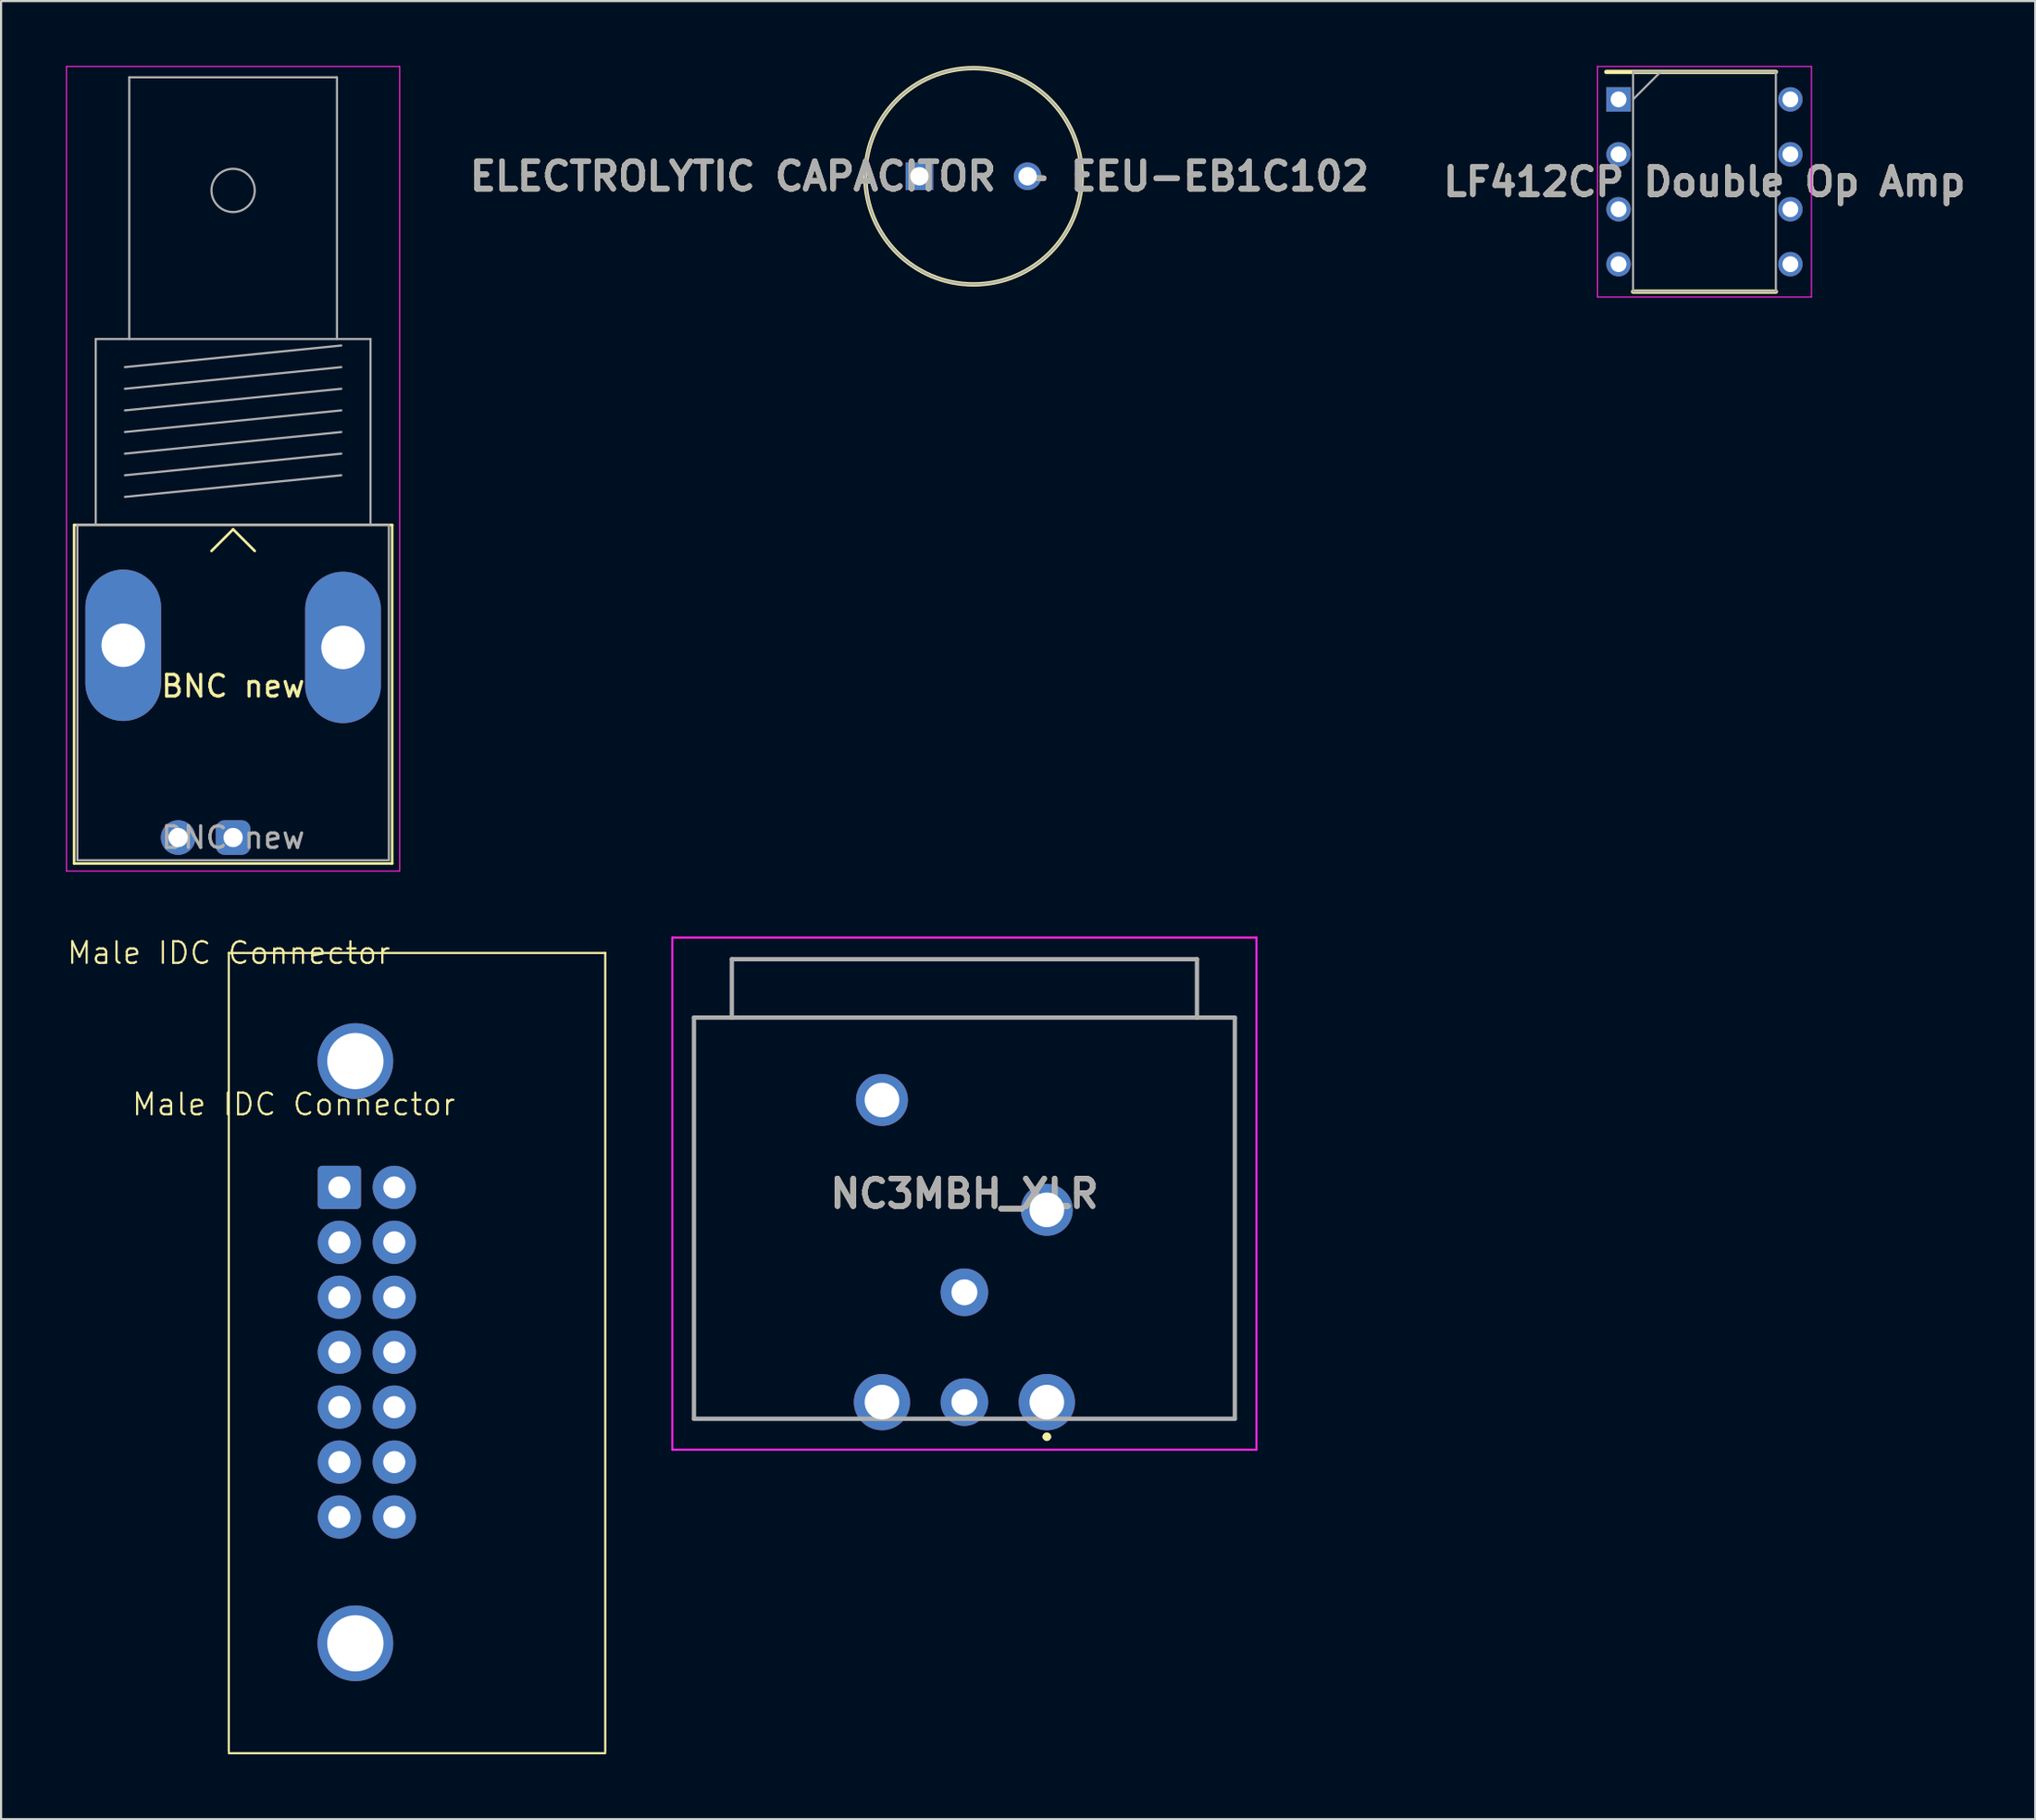
<source format=kicad_pcb>
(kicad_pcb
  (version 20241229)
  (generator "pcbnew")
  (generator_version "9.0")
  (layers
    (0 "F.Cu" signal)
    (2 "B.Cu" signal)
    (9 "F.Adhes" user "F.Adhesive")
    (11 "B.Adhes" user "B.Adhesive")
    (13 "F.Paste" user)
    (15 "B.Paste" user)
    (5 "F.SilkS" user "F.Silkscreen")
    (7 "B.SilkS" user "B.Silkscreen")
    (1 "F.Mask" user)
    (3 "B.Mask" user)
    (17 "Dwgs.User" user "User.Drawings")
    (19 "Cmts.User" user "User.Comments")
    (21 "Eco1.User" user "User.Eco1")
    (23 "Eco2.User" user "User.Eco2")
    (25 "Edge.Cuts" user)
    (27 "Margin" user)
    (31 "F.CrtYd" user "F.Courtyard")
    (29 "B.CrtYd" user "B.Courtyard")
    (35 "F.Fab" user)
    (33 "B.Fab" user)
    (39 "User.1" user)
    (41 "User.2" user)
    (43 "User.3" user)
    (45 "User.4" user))
  (footprint "NC3MBH_XLR"
    (layer "F.Cu")
    (at 45.336 61.78)
    (property "Reference" "NC3MBH_XLR" (at -3.81 -9.64 0) (layer "F.SilkS") (effects (font (size 1.27 1.27) (thickness 0.254))))
    (attr through_hole)
    (fp_line (start -16.31 -17.78) (end 8.69 -17.78) (stroke (width 0.1) (type solid)) (layer "F.SilkS"))
    (fp_line (start -16.31 0.77) (end -16.31 -17.78) (stroke (width 0.1) (type solid)) (layer "F.SilkS"))
    (fp_line (start -10.16 0.77) (end -16.31 0.77) (stroke (width 0.1) (type solid)) (layer "F.SilkS"))
    (fp_line (start -0.1 1.6) (end -0.1 1.6) (stroke (width 0.2) (type solid)) (layer "F.SilkS"))
    (fp_line (start 0.1 1.6) (end 0.1 1.6) (stroke (width 0.2) (type solid)) (layer "F.SilkS"))
    (fp_line (start 8.69 -17.78) (end 8.69 0.77) (stroke (width 0.1) (type solid)) (layer "F.SilkS"))
    (fp_line (start 8.69 0.77) (end 2.54 0.77) (stroke (width 0.1) (type solid)) (layer "F.SilkS"))
    (fp_arc (start -0.1 1.6) (mid 0 1.5) (end 0.1 1.6) (stroke (width 0.2) (type solid)) (layer "F.SilkS"))
    (fp_arc (start 0.1 1.6) (mid 0 1.7) (end -0.1 1.6) (stroke (width 0.2) (type solid)) (layer "F.SilkS"))
    (fp_line (start -17.31 -21.48) (end 9.69 -21.48) (stroke (width 0.1) (type solid)) (layer "F.CrtYd"))
    (fp_line (start -17.31 2.2) (end -17.31 -21.48) (stroke (width 0.1) (type solid)) (layer "F.CrtYd"))
    (fp_line (start 9.69 -21.48) (end 9.69 2.2) (stroke (width 0.1) (type solid)) (layer "F.CrtYd"))
    (fp_line (start 9.69 2.2) (end -17.31 2.2) (stroke (width 0.1) (type solid)) (layer "F.CrtYd"))
    (fp_line (start -16.31 -17.78) (end 8.69 -17.78) (stroke (width 0.2) (type solid)) (layer "F.Fab"))
    (fp_line (start -16.31 0.77) (end -16.31 -17.78) (stroke (width 0.2) (type solid)) (layer "F.Fab"))
    (fp_line (start -14.56 -20.48) (end 6.94 -20.48) (stroke (width 0.2) (type solid)) (layer "F.Fab"))
    (fp_line (start -14.56 -17.78) (end -14.56 -20.48) (stroke (width 0.2) (type solid)) (layer "F.Fab"))
    (fp_line (start 6.94 -20.48) (end 6.94 -17.78) (stroke (width 0.2) (type solid)) (layer "F.Fab"))
    (fp_line (start 8.69 -17.78) (end 8.69 0.77) (stroke (width 0.2) (type solid)) (layer "F.Fab"))
    (fp_line (start 8.69 0.77) (end -16.31 0.77) (stroke (width 0.2) (type solid)) (layer "F.Fab"))
    (fp_text user "${REFERENCE}" (at -3.81 -9.64 0) (layer "F.Fab") (effects (font (size 1.27 1.27) (thickness 0.254))))
    (pad "1" thru_hole circle (at 0 0) (size 2.6 2.6) (drill 1.6) (layers "*.Cu" "*.Mask"))
    (pad "2" thru_hole circle (at -7.62 0) (size 2.6 2.6) (drill 1.6) (layers "*.Cu" "*.Mask"))
    (pad "3" thru_hole circle (at -3.81 0) (size 2.2 2.2) (drill 1.2) (layers "*.Cu" "*.Mask"))
    (pad "4" thru_hole circle (at 0 -8.89) (size 2.4 2.4) (drill 1.6) (layers "*.Cu" "*.Mask"))
    (pad "5" thru_hole circle (at -7.62 -13.97) (size 2.4 2.4) (drill 1.6) (layers "*.Cu" "*.Mask"))
    (pad "G1" thru_hole circle (at -3.81 -5.08) (size 2.2 2.2) (drill 1.2) (layers "*.Cu" "*.Mask")))
  (footprint "BNC new"
    (layer "F.Cu")
    (at 7.725 35.675)
    (property "Reference" "BNC new" (at 0 -7 0) (layer "F.SilkS") (effects (font (size 1 1) (thickness 0.15))))
    (attr through_hole)
    (fp_line (start -7.35 -14.45) (end 7.35 -14.45) (stroke (width 0.12) (type solid)) (layer "F.SilkS"))
    (fp_line (start -7.35 1.2) (end -7.35 -14.45) (stroke (width 0.12) (type solid)) (layer "F.SilkS"))
    (fp_line (start 0 -14.25) (end -1 -13.25) (stroke (width 0.12) (type solid)) (layer "F.SilkS"))
    (fp_line (start 0 -14.25) (end 1 -13.25) (stroke (width 0.12) (type solid)) (layer "F.SilkS"))
    (fp_line (start 7.35 -14.45) (end 7.35 1.2) (stroke (width 0.12) (type solid)) (layer "F.SilkS"))
    (fp_line (start 7.35 1.2) (end -7.35 1.2) (stroke (width 0.12) (type solid)) (layer "F.SilkS"))
    (fp_line (start -7.7 1.55) (end -7.7 -35.65) (stroke (width 0.05) (type solid)) (layer "F.CrtYd"))
    (fp_line (start -7.7 1.55) (end 7.7 1.55) (stroke (width 0.05) (type solid)) (layer "F.CrtYd"))
    (fp_line (start 7.7 -35.65) (end -7.7 -35.65) (stroke (width 0.05) (type solid)) (layer "F.CrtYd"))
    (fp_line (start 7.7 1.55) (end 7.7 -35.65) (stroke (width 0.05) (type solid)) (layer "F.CrtYd"))
    (fp_line (start -7.2 -14.45) (end -7.2 1.05) (stroke (width 0.1) (type solid)) (layer "F.Fab"))
    (fp_line (start -7.2 1.05) (end 7.2 1.05) (stroke (width 0.1) (type solid)) (layer "F.Fab"))
    (fp_line (start -6.35 -23.05) (end -6.35 -14.45) (stroke (width 0.1) (type solid)) (layer "F.Fab"))
    (fp_line (start -5 -21.75) (end 5 -22.75) (stroke (width 0.1) (type solid)) (layer "F.Fab"))
    (fp_line (start -5 -20.75) (end 5 -21.75) (stroke (width 0.1) (type solid)) (layer "F.Fab"))
    (fp_line (start -5 -19.75) (end 5 -20.75) (stroke (width 0.1) (type solid)) (layer "F.Fab"))
    (fp_line (start -5 -18.75) (end 5 -19.75) (stroke (width 0.1) (type solid)) (layer "F.Fab"))
    (fp_line (start -5 -17.75) (end 5 -18.75) (stroke (width 0.1) (type solid)) (layer "F.Fab"))
    (fp_line (start -5 -16.75) (end 5 -17.75) (stroke (width 0.1) (type solid)) (layer "F.Fab"))
    (fp_line (start -5 -15.75) (end 5 -16.75) (stroke (width 0.1) (type solid)) (layer "F.Fab"))
    (fp_line (start -4.8 -35.15) (end -4.8 -23.05) (stroke (width 0.1) (type solid)) (layer "F.Fab"))
    (fp_line (start 4.8 -35.15) (end -4.8 -35.15) (stroke (width 0.1) (type solid)) (layer "F.Fab"))
    (fp_line (start 4.8 -23.05) (end 4.8 -35.15) (stroke (width 0.1) (type solid)) (layer "F.Fab"))
    (fp_line (start 6.35 -23.05) (end -6.35 -23.05) (stroke (width 0.1) (type solid)) (layer "F.Fab"))
    (fp_line (start 6.35 -14.45) (end 6.35 -23.05) (stroke (width 0.1) (type solid)) (layer "F.Fab"))
    (fp_line (start 7.2 -14.45) (end -7.2 -14.45) (stroke (width 0.1) (type solid)) (layer "F.Fab"))
    (fp_line (start 7.2 1.05) (end 7.2 -14.45) (stroke (width 0.1) (type solid)) (layer "F.Fab"))
    (fp_circle (center 0 -29.92) (end 1 -29.92) (stroke (width 0.1) (type solid)) (fill no) (layer "F.Fab"))
    (fp_text user "${REFERENCE}" (at 0 0 0) (layer "F.Fab") (effects (font (size 1 1) (thickness 0.15))))
    (pad "" thru_hole oval (at -5.08 -8.89) (size 3.5 7) (drill 2.01) (layers "*.Cu" "*.Mask"))
    (pad "" thru_hole oval (at 5.08 -8.79) (size 3.5 7) (drill 2.01) (layers "*.Cu" "*.Mask"))
    (pad "1" thru_hole roundrect (at 0 0) (size 1.6 1.6) (drill 0.89) (layers "*.Cu" "*.Mask") (roundrect_rratio 0.25))
    (pad "2" thru_hole circle (at -2.54 0) (size 1.6 1.6) (drill 0.89) (layers "*.Cu" "*.Mask")))
  (footprint "LF412CP Double Op Amp"
    (layer "F.Cu")
    (at 75.733 5.355)
    (property "Reference" "LF412CP Double Op Amp" (at 0 0 0) (layer "F.SilkS") (effects (font (size 1.27 1.27) (thickness 0.254))))
    (attr through_hole)
    (fp_line (start -4.535 -5.08) (end 3.3 -5.08) (stroke (width 0.2) (type solid)) (layer "F.SilkS"))
    (fp_line (start -3.3 5.08) (end 3.3 5.08) (stroke (width 0.2) (type solid)) (layer "F.SilkS"))
    (fp_line (start -4.945 -5.33) (end 4.945 -5.33) (stroke (width 0.05) (type solid)) (layer "F.CrtYd"))
    (fp_line (start -4.945 5.33) (end -4.945 -5.33) (stroke (width 0.05) (type solid)) (layer "F.CrtYd"))
    (fp_line (start 4.945 -5.33) (end 4.945 5.33) (stroke (width 0.05) (type solid)) (layer "F.CrtYd"))
    (fp_line (start 4.945 5.33) (end -4.945 5.33) (stroke (width 0.05) (type solid)) (layer "F.CrtYd"))
    (fp_line (start -3.3 -5.08) (end 3.3 -5.08) (stroke (width 0.1) (type solid)) (layer "F.Fab"))
    (fp_line (start -3.3 -3.81) (end -2.03 -5.08) (stroke (width 0.1) (type solid)) (layer "F.Fab"))
    (fp_line (start -3.3 5.08) (end -3.3 -5.08) (stroke (width 0.1) (type solid)) (layer "F.Fab"))
    (fp_line (start 3.3 -5.08) (end 3.3 5.08) (stroke (width 0.1) (type solid)) (layer "F.Fab"))
    (fp_line (start 3.3 5.08) (end -3.3 5.08) (stroke (width 0.1) (type solid)) (layer "F.Fab"))
    (fp_text user "${REFERENCE}" (at 0 0 0) (layer "F.Fab") (effects (font (size 1.27 1.27) (thickness 0.254))))
    (pad "1" thru_hole rect (at -3.97 -3.81) (size 1.13 1.13) (drill 0.73) (layers "*.Cu" "*.Mask"))
    (pad "2" thru_hole circle (at -3.97 -1.27) (size 1.13 1.13) (drill 0.73) (layers "*.Cu" "*.Mask"))
    (pad "3" thru_hole circle (at -3.97 1.27) (size 1.13 1.13) (drill 0.73) (layers "*.Cu" "*.Mask"))
    (pad "4" thru_hole circle (at -3.97 3.81) (size 1.13 1.13) (drill 0.73) (layers "*.Cu" "*.Mask"))
    (pad "5" thru_hole circle (at 3.97 3.81) (size 1.13 1.13) (drill 0.73) (layers "*.Cu" "*.Mask"))
    (pad "6" thru_hole circle (at 3.97 1.27) (size 1.13 1.13) (drill 0.73) (layers "*.Cu" "*.Mask"))
    (pad "7" thru_hole circle (at 3.97 -1.27) (size 1.13 1.13) (drill 0.73) (layers "*.Cu" "*.Mask"))
    (pad "8" thru_hole circle (at 3.97 -3.81) (size 1.13 1.13) (drill 0.73) (layers "*.Cu" "*.Mask")))
  (footprint "Male IDC Connector"
    (layer "F.Cu")
    (at 7.526 41.011)
    (property "Reference" "Male IDC Connector" (at 3 7 0) (unlocked yes) (layer "F.SilkS") (effects (font (size 1 1) (thickness 0.1))))
    (attr through_hole)
    (fp_line (start 0 0) (end 0 36.92) (stroke (width 0.1) (type default)) (layer "F.SilkS"))
    (fp_line (start 0 0) (end 17.4 0) (stroke (width 0.1) (type default)) (layer "F.SilkS"))
    (fp_line (start 0 37) (end 17.4 37) (stroke (width 0.1) (type default)) (layer "F.SilkS"))
    (fp_line (start 17.4 36.92) (end 17.4 0) (stroke (width 0.1) (type default)) (layer "F.SilkS"))
    (fp_text user "${REFERENCE}" (at 0 0 0) (layer "F.SilkS") (effects (font (size 1 1) (thickness 0.1))))
    (pad "1" thru_hole roundrect (at 5.11 10.84) (size 2 2) (drill 1.02) (layers "*.Cu" "*.Mask") (roundrect_rratio 0.1))
    (pad "2" thru_hole circle (at 5.11 13.38) (size 2 2) (drill 1.02) (layers "*.Cu" "*.Mask"))
    (pad "3" thru_hole circle (at 5.11 15.92) (size 2 2) (drill 1.02) (layers "*.Cu" "*.Mask"))
    (pad "4" thru_hole circle (at 5.11 18.46) (size 2 2) (drill 1.02) (layers "*.Cu" "*.Mask"))
    (pad "5" thru_hole circle (at 5.11 21) (size 2 2) (drill 1.02) (layers "*.Cu" "*.Mask"))
    (pad "6" thru_hole circle (at 5.11 23.54) (size 2 2) (drill 1.02) (layers "*.Cu" "*.Mask"))
    (pad "7" thru_hole circle (at 5.11 26.08) (size 2 2) (drill 1.02) (layers "*.Cu" "*.Mask"))
    (pad "8" thru_hole circle (at 7.65 10.84) (size 2 2) (drill 1.02) (layers "*.Cu" "*.Mask"))
    (pad "9" thru_hole circle (at 7.65 13.38) (size 2 2) (drill 1.02) (layers "*.Cu" "*.Mask"))
    (pad "10" thru_hole circle (at 7.65 15.92) (size 2 2) (drill 1.02) (layers "*.Cu" "*.Mask"))
    (pad "11" thru_hole circle (at 7.65 18.46) (size 2 2) (drill 1.02) (layers "*.Cu" "*.Mask"))
    (pad "12" thru_hole circle (at 7.65 21) (size 2 2) (drill 1.02) (layers "*.Cu" "*.Mask"))
    (pad "13" thru_hole circle (at 7.65 23.54) (size 2 2) (drill 1.02) (layers "*.Cu" "*.Mask"))
    (pad "14" thru_hole circle (at 7.65 26.08) (size 2 2) (drill 1.02) (layers "*.Cu" "*.Mask"))
    (pad "MH" thru_hole circle (at 5.85 5) (size 3.5 3.5) (drill 2.6) (layers "*.Cu" "*.Mask"))
    (pad "MH" thru_hole circle (at 5.85 31.92) (size 3.5 3.5) (drill 2.6) (layers "*.Cu" "*.Mask")))
  (footprint "ELECTROLYTIC CAPACITOR - EEU-EB1C102"
    (layer "F.Cu")
    (at 39.447 5.1)
    (property "Reference" "ELECTROLYTIC CAPACITOR - EEU-EB1C102" (at 0 0 0) (layer "F.SilkS") (effects (font (size 1.27 1.27) (thickness 0.254))))
    (attr through_hole)
    (fp_circle (center 2.5 0) (end 2.5 5) (stroke (width 0.2) (type solid)) (fill no) (layer "F.SilkS"))
    (fp_circle (center 2.5 0) (end 2.5 5) (stroke (width 0.1) (type solid)) (fill no) (layer "F.Fab"))
    (fp_text user "${REFERENCE}" (at 0 0 0) (layer "F.Fab") (effects (font (size 1.27 1.27) (thickness 0.254))))
    (pad "1" thru_hole rect (at 0 0) (size 1.275 1.275) (drill 0.85) (layers "*.Cu" "*.Mask"))
    (pad "2" thru_hole circle (at 5 0) (size 1.275 1.275) (drill 0.85) (layers "*.Cu" "*.Mask")))
  (gr_rect
    (start -3 -3)
    (end 91.022 81.061)
    (stroke (width 0.1) (type default))
    (fill no)
    (layer "Edge.Cuts")))
</source>
